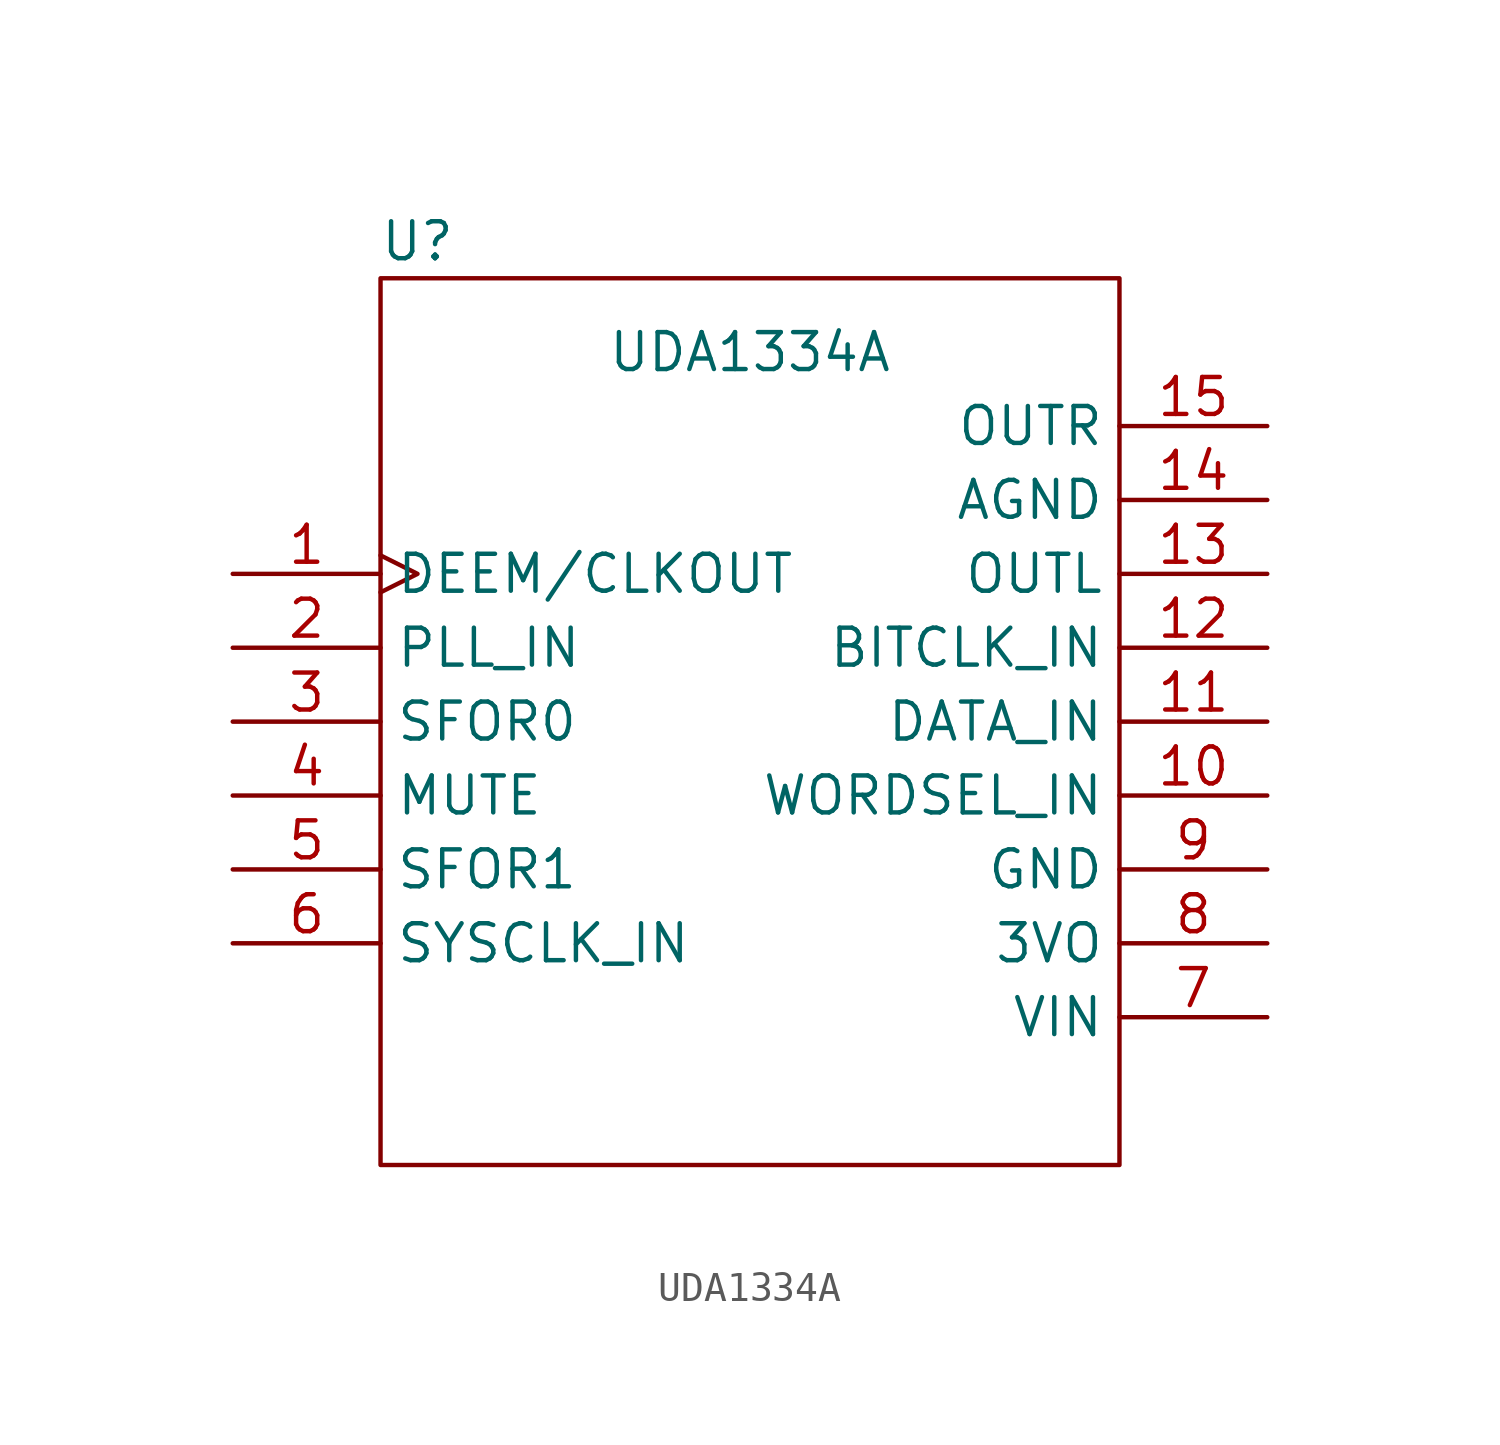
<source format=kicad_sym>
(kicad_symbol_lib
  (version 20211014)
  (generator kicad_symbol_editor)
  (symbol "UDA1334A"
    (property "Reference" "U"
      (at -11.43 16.51 0)
      (effects (font (size 1.27 1.27))))
    (property "Value" "UDA1334A"
      (at 0 12.7 0)
      (effects (font (size 1.27 1.27))))
    (symbol "UDA1334A_0_1"
      (rectangle (start -12.7 15.24) (end 12.7 -15.24) (stroke (width 0.152) (type default) (color 0 0 0 0)) (fill (type none))))
    (symbol "UDA1334A_1_1"
      (pin output clock (at -17.78 5.08 0) (length 5.08) (name "DEEM/CLKOUT" (effects (font (size 1.27 1.27)))) (number "1" (effects (font (size 1.27 1.27)))))
      (pin input line (at 17.78 -2.54 180) (length 5.08) (name "WORDSEL_IN" (effects (font (size 1.27 1.27)))) (number "10" (effects (font (size 1.27 1.27)))))
      (pin input line (at 17.78 0 180) (length 5.08) (name "DATA_IN" (effects (font (size 1.27 1.27)))) (number "11" (effects (font (size 1.27 1.27)))))
      (pin input line (at 17.78 2.54 180) (length 5.08) (name "BITCLK_IN" (effects (font (size 1.27 1.27)))) (number "12" (effects (font (size 1.27 1.27)))))
      (pin output line (at 17.78 5.08 180) (length 5.08) (name "OUTL" (effects (font (size 1.27 1.27)))) (number "13" (effects (font (size 1.27 1.27)))))
      (pin power_out line (at 17.78 7.62 180) (length 5.08) (name "AGND" (effects (font (size 1.27 1.27)))) (number "14" (effects (font (size 1.27 1.27)))))
      (pin output line (at 17.78 10.16 180) (length 5.08) (name "OUTR" (effects (font (size 1.27 1.27)))) (number "15" (effects (font (size 1.27 1.27)))))
      (pin input line (at -17.78 2.54 0) (length 5.08) (name "PLL_IN" (effects (font (size 1.27 1.27)))) (number "2" (effects (font (size 1.27 1.27)))))
      (pin input line (at -17.78 0 0) (length 5.08) (name "SFOR0" (effects (font (size 1.27 1.27)))) (number "3" (effects (font (size 1.27 1.27)))))
      (pin input line (at -17.78 -2.54 0) (length 5.08) (name "MUTE" (effects (font (size 1.27 1.27)))) (number "4" (effects (font (size 1.27 1.27)))))
      (pin input line (at -17.78 -5.08 0) (length 5.08) (name "SFOR1" (effects (font (size 1.27 1.27)))) (number "5" (effects (font (size 1.27 1.27)))))
      (pin input line (at -17.78 -7.62 0) (length 5.08) (name "SYSCLK_IN" (effects (font (size 1.27 1.27)))) (number "6" (effects (font (size 1.27 1.27)))))
      (pin power_in line (at 17.78 -10.16 180) (length 5.08) (name "VIN" (effects (font (size 1.27 1.27)))) (number "7" (effects (font (size 1.27 1.27)))))
      (pin power_out line (at 17.78 -7.62 180) (length 5.08) (name "3VO" (effects (font (size 1.27 1.27)))) (number "8" (effects (font (size 1.27 1.27)))))
      (pin power_in line (at 17.78 -5.08 180) (length 5.08) (name "GND" (effects (font (size 1.27 1.27)))) (number "9" (effects (font (size 1.27 1.27))))))))
</source>
